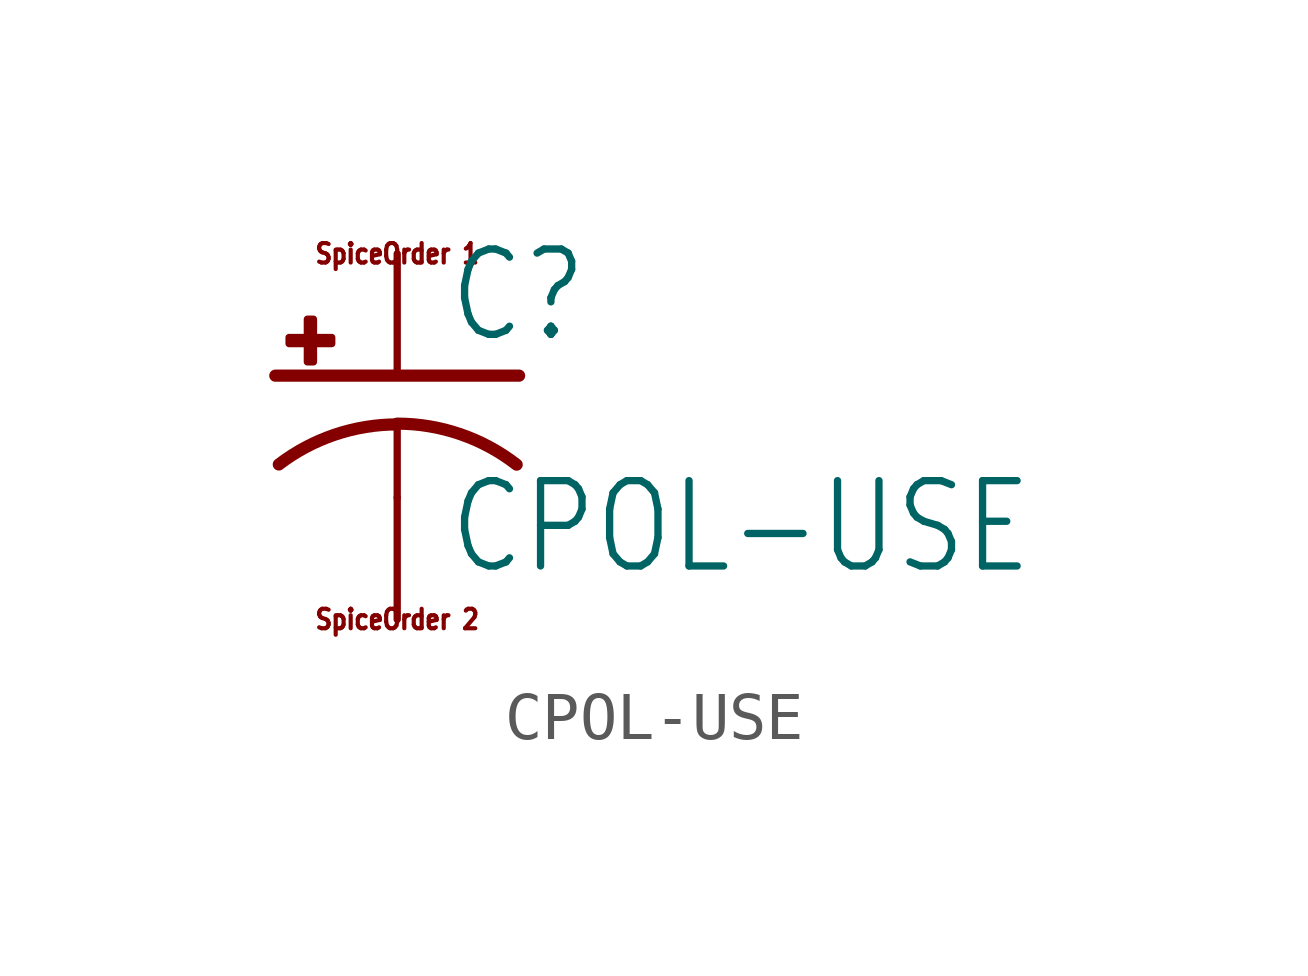
<source format=kicad_sym>
(kicad_symbol_lib
  (version 20211014)
  (generator kicad_symbol_editor)
  (symbol "CPOL-USE"
    (property "Reference" "C"
      (at 1.016 0.635 0)
      (effects (font (size 1.778 1.511)) (justify left bottom)))
    (property "Value" "CPOL-USE"
      (at 1.016 -4.191 0)
      (effects (font (size 1.778 1.511)) (justify left bottom)))
    (property "ki_locked" ""
      (at 0 0 0)
      (effects (font (size 1.27 1.27))))
    (symbol "CPOL-USE_1_0"
      (rectangle (start -2.253 0.668) (end -1.364 0.795) (stroke (width 0) (type default) (color 0 0 0 0)) (fill (type outline)))
      (rectangle (start -1.872 0.287) (end -1.745 1.176) (stroke (width 0) (type default) (color 0 0 0 0)) (fill (type outline)))
      (arc (start 0 -1.0161) (mid -1.3021 -1.2302) (end -2.4669 -1.8504) (stroke (width 0.254) (type default) (color 0 0 0 0)) (fill (type none)))
      (polyline (pts (xy -2.54 0) (xy 2.54 0)) (stroke (width 0.254) (type default) (color 0 0 0 0)) (fill (type none)))
      (polyline (pts (xy 0 -1.016) (xy 0 -2.54)) (stroke (width 0.152) (type default) (color 0 0 0 0)) (fill (type none)))
      (arc (start 2.4892 -1.8542) (mid 1.3158 -1.2195) (end 0 -1) (stroke (width 0.254) (type default) (color 0 0 0 0)) (fill (type none)))
      (text "SpiceOrder 1" (at 0 2.54 0) (effects (font (size 0.406 0.345))))
      (text "SpiceOrder 2" (at 0 -5.08 0) (effects (font (size 0.406 0.345))))
      (pin passive line (at 0 2.54 270) (length 2.54) (name "+" (effects (font (size 0 0)))) (number "+" (effects (font (size 0 0)))))
      (pin passive line (at 0 -5.08 90) (length 2.54) (name "-" (effects (font (size 0 0)))) (number "-" (effects (font (size 0 0))))))))
</source>
